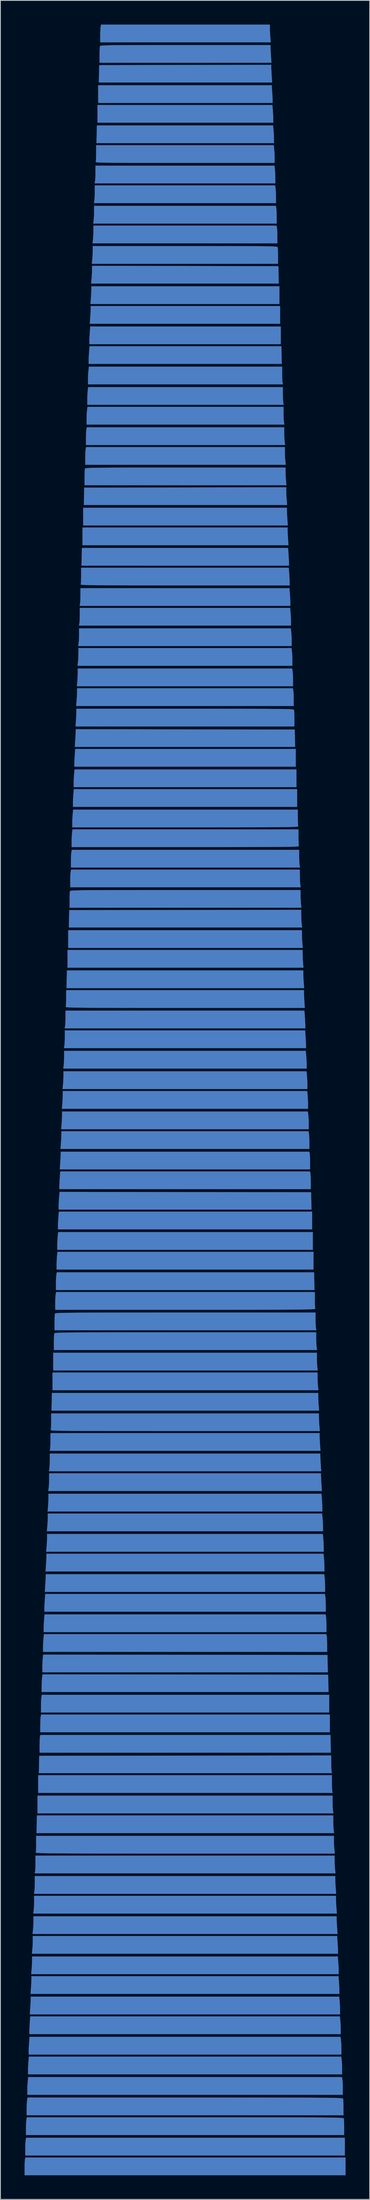
<source format=kicad_pcb>
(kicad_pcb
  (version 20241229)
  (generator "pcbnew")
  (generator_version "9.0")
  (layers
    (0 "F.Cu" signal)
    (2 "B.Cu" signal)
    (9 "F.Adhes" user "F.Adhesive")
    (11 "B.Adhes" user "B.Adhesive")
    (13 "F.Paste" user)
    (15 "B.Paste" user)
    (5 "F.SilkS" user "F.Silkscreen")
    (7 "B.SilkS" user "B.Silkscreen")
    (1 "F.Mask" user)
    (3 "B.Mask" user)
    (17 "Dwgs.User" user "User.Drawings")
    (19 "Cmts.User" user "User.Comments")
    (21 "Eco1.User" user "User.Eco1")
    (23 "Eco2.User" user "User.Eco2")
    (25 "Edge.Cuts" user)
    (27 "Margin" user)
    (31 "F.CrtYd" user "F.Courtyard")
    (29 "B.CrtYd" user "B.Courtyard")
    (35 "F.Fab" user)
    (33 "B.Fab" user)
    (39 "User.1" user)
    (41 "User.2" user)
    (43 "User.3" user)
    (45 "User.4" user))
  (footprint "electrode"
    (layer "B.Cu")
    (at 19.986 133.609)
    (property "Reference" "electrode" (at 0 0 0) (layer "B.Cu") (effects (font (size 1.524 1.524) (thickness 0.3))))
    (attr through_hole)
    (fp_poly (pts (xy 13.801 -38.862) (xy -13.885 -38.862) (xy -13.885 -39.315) (xy -13.878 -39.637) (xy -13.858 -40.038) (xy -13.831 -40.416) (xy -13.776 -41.063) (xy 13.801 -41.063) (xy 13.801 -38.862)) (stroke (width 0.01) (type solid)) (fill yes) (layer "B.Cu"))
    (fp_poly (pts (xy 13.885 -36.407) (xy -13.97 -36.407) (xy -13.969 -36.936) (xy -13.96 -37.324) (xy -13.937 -37.762) (xy -13.915 -38.036) (xy -13.861 -38.608) (xy 13.885 -38.608) (xy 13.885 -36.407)) (stroke (width 0.01) (type solid)) (fill yes) (layer "B.Cu"))
    (fp_poly (pts (xy 14.479 -20.553) (xy 14.488 -20.165) (xy 14.511 -19.726) (xy 14.533 -19.452) (xy 14.587 -18.881) (xy -14.563 -18.881) (xy -14.563 -21.082) (xy 14.478 -21.082) (xy 14.479 -20.553)) (stroke (width 0.01) (type solid)) (fill yes) (layer "B.Cu"))
    (fp_poly (pts (xy 14.563 -18.174) (xy 14.57 -17.852) (xy 14.59 -17.451) (xy 14.617 -17.073) (xy 14.672 -16.425) (xy -14.647 -16.425) (xy -14.647 -18.627) (xy 14.563 -18.627) (xy 14.563 -18.174)) (stroke (width 0.01) (type solid)) (fill yes) (layer "B.Cu"))
    (fp_poly (pts (xy 15.748 16.087) (xy -15.833 16.087) (xy -15.833 15.634) (xy -15.825 15.312) (xy -15.805 14.911) (xy -15.778 14.533) (xy -15.723 13.885) (xy 15.748 13.885) (xy 15.748 16.087)) (stroke (width 0.01) (type solid)) (fill yes) (layer "B.Cu"))
    (fp_poly (pts (xy 15.833 18.627) (xy -15.917 18.627) (xy -15.917 18.046) (xy -15.908 17.642) (xy -15.885 17.211) (xy -15.863 16.946) (xy -15.809 16.425) (xy 15.833 16.425) (xy 15.833 18.627)) (stroke (width 0.01) (type solid)) (fill yes) (layer "B.Cu"))
    (fp_poly (pts (xy 15.917 21.082) (xy -16.002 21.082) (xy -16.001 20.426) (xy -15.993 20.032) (xy -15.974 19.634) (xy -15.947 19.325) (xy -15.894 18.881) (xy 15.917 18.881) (xy 15.917 21.082)) (stroke (width 0.01) (type solid)) (fill yes) (layer "B.Cu"))
    (fp_poly (pts (xy 16.426 34.523) (xy 16.434 34.917) (xy 16.453 35.314) (xy 16.48 35.623) (xy 16.534 36.068) (xy -16.51 36.068) (xy -16.51 33.867) (xy 16.425 33.867) (xy 16.426 34.523)) (stroke (width 0.01) (type solid)) (fill yes) (layer "B.Cu"))
    (fp_poly (pts (xy -0.009 71.395) (xy 17.738 71.416) (xy 17.785 73.575) (xy -17.865 73.575) (xy -17.864 72.919) (xy -17.856 72.525) (xy -17.836 72.128) (xy -17.81 71.818) (xy -17.756 71.374) (xy -0.009 71.395)) (stroke (width 0.01) (type solid)) (fill yes) (layer "B.Cu"))
    (fp_poly (pts (xy 10.782 -125.294) (xy 10.807 -124.904) (xy 10.827 -124.539) (xy 10.837 -124.259) (xy 10.837 -124.193) (xy 10.837 -123.867) (xy -10.837 -123.867) (xy -10.837 -126.069) (xy 10.727 -126.069) (xy 10.782 -125.294)) (stroke (width 0.01) (type solid)) (fill yes) (layer "B.Cu"))
    (fp_poly (pts (xy 10.867 -122.915) (xy 10.893 -122.524) (xy 10.913 -122.141) (xy 10.921 -121.841) (xy 10.921 -121.814) (xy 10.922 -121.412) (xy -10.922 -121.412) (xy -10.922 -123.613) (xy 10.812 -123.613) (xy 10.867 -122.915)) (stroke (width 0.01) (type solid)) (fill yes) (layer "B.Cu"))
    (fp_poly (pts (xy 11.684 -98.891) (xy -11.794 -98.891) (xy -11.739 -99.666) (xy -11.714 -100.055) (xy -11.695 -100.421) (xy -11.685 -100.7) (xy -11.684 -100.766) (xy -11.684 -101.092) (xy 11.684 -101.092) (xy 11.684 -98.891)) (stroke (width 0.01) (type solid)) (fill yes) (layer "B.Cu"))
    (fp_poly (pts (xy 11.769 -96.435) (xy -11.879 -96.435) (xy -11.824 -97.21) (xy -11.799 -97.6) (xy -11.779 -97.965) (xy -11.769 -98.245) (xy -11.769 -98.311) (xy -11.769 -98.637) (xy 11.769 -98.637) (xy 11.769 -96.435)) (stroke (width 0.01) (type solid)) (fill yes) (layer "B.Cu"))
    (fp_poly (pts (xy 11.853 -93.895) (xy -11.938 -93.895) (xy -11.938 -94.221) (xy -11.932 -94.455) (xy -11.916 -94.797) (xy -11.892 -95.185) (xy -11.883 -95.322) (xy -11.828 -96.097) (xy 11.853 -96.097) (xy 11.853 -93.895)) (stroke (width 0.01) (type solid)) (fill yes) (layer "B.Cu"))
    (fp_poly (pts (xy 12.531 -75.663) (xy 12.538 -75.341) (xy 12.558 -74.939) (xy 12.585 -74.562) (xy 12.64 -73.914) (xy -12.62 -73.914) (xy -12.573 -76.073) (xy -0.021 -76.094) (xy 12.531 -76.116) (xy 12.531 -75.663)) (stroke (width 0.01) (type solid)) (fill yes) (layer "B.Cu"))
    (fp_poly (pts (xy 12.615 -73.25) (xy 12.621 -73.015) (xy 12.638 -72.673) (xy 12.661 -72.285) (xy 12.67 -72.149) (xy 12.725 -71.374) (xy -12.7 -71.374) (xy -12.7 -73.575) (xy 12.615 -73.575) (xy 12.615 -73.25)) (stroke (width 0.01) (type solid)) (fill yes) (layer "B.Cu"))
    (fp_poly (pts (xy 12.7 -70.794) (xy 12.706 -70.56) (xy 12.722 -70.218) (xy 12.746 -69.83) (xy 12.755 -69.694) (xy 12.81 -68.919) (xy -12.785 -68.919) (xy -12.785 -71.12) (xy 12.7 -71.12) (xy 12.7 -70.794)) (stroke (width 0.01) (type solid)) (fill yes) (layer "B.Cu"))
    (fp_poly (pts (xy 13.716 -41.402) (xy -13.801 -41.402) (xy -13.801 -41.728) (xy -13.795 -41.962) (xy -13.778 -42.304) (xy -13.755 -42.692) (xy -13.746 -42.828) (xy -13.691 -43.603) (xy 13.716 -43.603) (xy 13.716 -41.402)) (stroke (width 0.01) (type solid)) (fill yes) (layer "B.Cu"))
    (fp_poly (pts (xy 14.394 -22.966) (xy 14.402 -22.572) (xy 14.421 -22.175) (xy 14.448 -21.865) (xy 14.502 -21.421) (xy -14.483 -21.421) (xy -14.459 -22.5) (xy -14.436 -23.58) (xy 14.393 -23.622) (xy 14.394 -22.966)) (stroke (width 0.01) (type solid)) (fill yes) (layer "B.Cu"))
    (fp_poly (pts (xy 16.341 32.119) (xy 16.347 32.51) (xy 16.365 32.891) (xy 16.39 33.188) (xy 16.395 33.22) (xy 16.448 33.613) (xy -16.425 33.613) (xy -16.425 31.411) (xy 16.341 31.411) (xy 16.341 32.119)) (stroke (width 0.01) (type solid)) (fill yes) (layer "B.Cu"))
    (fp_poly (pts (xy 17.865 76.115) (xy -17.949 76.115) (xy -17.948 75.332) (xy -17.942 74.942) (xy -17.927 74.578) (xy -17.904 74.3) (xy -17.895 74.231) (xy -17.843 73.914) (xy 17.865 73.914) (xy 17.865 76.115)) (stroke (width 0.01) (type solid)) (fill yes) (layer "B.Cu"))
    (fp_poly (pts (xy 17.949 78.571) (xy -18.034 78.571) (xy -18.034 77.735) (xy -18.029 77.343) (xy -18.014 76.987) (xy -17.994 76.72) (xy -17.981 76.634) (xy -17.928 76.369) (xy 17.949 76.369) (xy 17.949 78.571)) (stroke (width 0.01) (type solid)) (fill yes) (layer "B.Cu"))
    (fp_poly (pts (xy 18.076 81.111) (xy -18.119 81.111) (xy -18.118 80.201) (xy -18.112 79.805) (xy -18.1 79.458) (xy -18.081 79.202) (xy -18.065 79.1) (xy -18.014 78.909) (xy 18.025 78.909) (xy 18.076 81.111)) (stroke (width 0.01) (type solid)) (fill yes) (layer "B.Cu"))
    (fp_poly (pts (xy 18.204 84.815) (xy 18.21 85.21) (xy 18.222 85.558) (xy 18.241 85.814) (xy 18.257 85.915) (xy 18.308 86.106) (xy -18.288 86.106) (xy -18.288 83.905) (xy 18.203 83.905) (xy 18.204 84.815)) (stroke (width 0.01) (type solid)) (fill yes) (layer "B.Cu"))
    (fp_poly (pts (xy 18.289 87.228) (xy 18.295 87.618) (xy 18.311 87.982) (xy 18.333 88.26) (xy 18.342 88.329) (xy 18.395 88.646) (xy -18.373 88.646) (xy -18.373 86.445) (xy 18.288 86.445) (xy 18.289 87.228)) (stroke (width 0.01) (type solid)) (fill yes) (layer "B.Cu"))
    (fp_poly (pts (xy 19.812 131.149) (xy -19.897 131.149) (xy -19.897 130.313) (xy -19.891 129.921) (xy -19.877 129.565) (xy -19.856 129.298) (xy -19.844 129.212) (xy -19.791 128.947) (xy 19.812 128.947) (xy 19.812 131.149)) (stroke (width 0.01) (type solid)) (fill yes) (layer "B.Cu"))
    (fp_poly (pts (xy 19.897 133.604) (xy -19.981 133.604) (xy -19.98 132.694) (xy -19.975 132.299) (xy -19.962 131.951) (xy -19.944 131.695) (xy -19.928 131.593) (xy -19.877 131.403) (xy 19.897 131.403) (xy 19.897 133.604)) (stroke (width 0.01) (type solid)) (fill yes) (layer "B.Cu"))
    (fp_poly (pts (xy -0.021 -103.611) (xy 11.557 -103.59) (xy 11.581 -102.51) (xy 11.604 -101.431) (xy -11.709 -101.431) (xy -11.654 -102.078) (xy -11.626 -102.472) (xy -11.606 -102.872) (xy -11.599 -103.179) (xy -11.599 -103.633) (xy -0.021 -103.611)) (stroke (width 0.01) (type solid)) (fill yes) (layer "B.Cu"))
    (fp_poly (pts (xy -0.009 68.94) (xy 17.653 68.961) (xy 17.677 70.04) (xy 17.7 71.12) (xy -17.78 71.12) (xy -17.78 70.54) (xy -17.771 70.136) (xy -17.748 69.704) (xy -17.726 69.439) (xy -17.671 68.918) (xy -0.009 68.94)) (stroke (width 0.01) (type solid)) (fill yes) (layer "B.Cu"))
    (fp_poly (pts (xy -0.009 11.451) (xy 15.621 11.472) (xy 15.645 12.552) (xy 15.668 13.631) (xy -15.748 13.631) (xy -15.748 13.178) (xy -15.74 12.857) (xy -15.72 12.455) (xy -15.693 12.078) (xy -15.638 11.43) (xy -0.009 11.451)) (stroke (width 0.01) (type solid)) (fill yes) (layer "B.Cu"))
    (fp_poly (pts (xy 10.951 -120.502) (xy 10.981 -120.098) (xy 11.001 -119.662) (xy 11.006 -119.401) (xy 11.007 -118.872) (xy -0.021 -118.872) (xy -11.049 -118.872) (xy -11.023 -119.973) (xy -10.997 -121.073) (xy 10.898 -121.073) (xy 10.951 -120.502)) (stroke (width 0.01) (type solid)) (fill yes) (layer "B.Cu"))
    (fp_poly (pts (xy 11.954 -92.541) (xy 11.98 -91.44) (xy -12.023 -91.44) (xy -12.022 -91.842) (xy -12.015 -92.126) (xy -11.997 -92.503) (xy -11.971 -92.897) (xy -11.967 -92.943) (xy -11.913 -93.641) (xy 11.929 -93.641) (xy 11.954 -92.541)) (stroke (width 0.01) (type solid)) (fill yes) (layer "B.Cu"))
    (fp_poly (pts (xy 16.018 22.521) (xy 16.044 23.622) (xy -16.087 23.622) (xy -16.086 22.839) (xy -16.08 22.449) (xy -16.064 22.084) (xy -16.042 21.807) (xy -16.032 21.738) (xy -15.98 21.421) (xy 15.993 21.421) (xy 16.018 22.521)) (stroke (width 0.01) (type solid)) (fill yes) (layer "B.Cu"))
    (fp_poly (pts (xy 16.511 36.936) (xy 16.52 37.324) (xy 16.543 37.762) (xy 16.565 38.036) (xy 16.619 38.608) (xy -0.009 38.608) (xy -16.637 38.608) (xy -16.611 37.507) (xy -16.585 36.407) (xy 16.51 36.407) (xy 16.511 36.936)) (stroke (width 0.01) (type solid)) (fill yes) (layer "B.Cu"))
    (fp_poly (pts (xy 18.12 82.359) (xy 18.125 82.754) (xy 18.138 83.102) (xy 18.156 83.358) (xy 18.172 83.46) (xy 18.223 83.651) (xy -18.208 83.651) (xy -18.161 81.492) (xy -0.021 81.47) (xy 18.119 81.449) (xy 18.12 82.359)) (stroke (width 0.01) (type solid)) (fill yes) (layer "B.Cu"))
    (fp_poly (pts (xy -0.021 -46.038) (xy 13.589 -46.016) (xy 13.613 -44.937) (xy 13.636 -43.857) (xy -13.742 -43.857) (xy -13.687 -44.683) (xy -13.663 -45.074) (xy -13.644 -45.431) (xy -13.633 -45.7) (xy -13.632 -45.784) (xy -13.631 -46.059) (xy -0.021 -46.038)) (stroke (width 0.01) (type solid)) (fill yes) (layer "B.Cu"))
    (fp_poly (pts (xy 10.668 -128.334) (xy 10.674 -128.128) (xy 10.689 -127.808) (xy 10.711 -127.427) (xy 10.724 -127.233) (xy 10.778 -126.407) (xy -10.758 -126.407) (xy -10.734 -127.487) (xy -10.71 -128.566) (xy -0.021 -128.588) (xy 10.668 -128.609) (xy 10.668 -128.334)) (stroke (width 0.01) (type solid)) (fill yes) (layer "B.Cu"))
    (fp_poly (pts (xy 12.814 -67.805) (xy 12.839 -67.415) (xy 12.859 -67.05) (xy 12.869 -66.771) (xy 12.869 -66.704) (xy 12.869 -66.379) (xy -0.021 -66.379) (xy -12.912 -66.378) (xy -12.886 -67.479) (xy -12.86 -68.58) (xy 12.759 -68.58) (xy 12.814 -67.805)) (stroke (width 0.01) (type solid)) (fill yes) (layer "B.Cu"))
    (fp_poly (pts (xy 14.648 -15.684) (xy 14.655 -15.4) (xy 14.673 -15.023) (xy 14.699 -14.63) (xy 14.703 -14.584) (xy 14.757 -13.885) (xy -0.009 -13.885) (xy -14.774 -13.885) (xy -14.748 -14.986) (xy -14.723 -16.087) (xy 14.647 -16.087) (xy 14.648 -15.684)) (stroke (width 0.01) (type solid)) (fill yes) (layer "B.Cu"))
    (fp_poly (pts (xy 18.373 89.608) (xy 18.379 89.999) (xy 18.397 90.38) (xy 18.422 90.677) (xy 18.427 90.709) (xy 18.48 91.101) (xy -0.01 91.101) (xy -18.5 91.102) (xy -18.474 90.001) (xy -18.448 88.9) (xy 18.373 88.9) (xy 18.373 89.608)) (stroke (width 0.01) (type solid)) (fill yes) (layer "B.Cu"))
    (fp_poly (pts (xy 15.101 -3.036) (xy 15.131 -2.655) (xy 15.151 -2.219) (xy 15.155 -1.935) (xy 15.155 -1.355) (xy -15.264 -1.355) (xy -15.21 -1.875) (xy -15.18 -2.256) (xy -15.16 -2.692) (xy -15.155 -2.976) (xy -15.155 -3.556) (xy 15.047 -3.556) (xy 15.101 -3.036)) (stroke (width 0.01) (type solid)) (fill yes) (layer "B.Cu"))
    (fp_poly (pts (xy 15.186 -0.58) (xy 15.215 -0.199) (xy 15.235 0.236) (xy 15.24 0.52) (xy 15.24 1.101) (xy -15.349 1.101) (xy -15.295 0.529) (xy -15.265 0.125) (xy -15.245 -0.311) (xy -15.241 -0.572) (xy -15.24 -1.101) (xy 15.131 -1.101) (xy 15.186 -0.58)) (stroke (width 0.01) (type solid)) (fill yes) (layer "B.Cu"))
    (fp_poly (pts (xy 17.048 52.04) (xy 17.076 52.434) (xy 17.096 52.834) (xy 17.103 53.141) (xy 17.103 53.594) (xy -17.212 53.594) (xy -17.158 53.023) (xy -17.128 52.618) (xy -17.108 52.183) (xy -17.103 51.922) (xy -17.103 51.393) (xy 16.993 51.393) (xy 17.048 52.04)) (stroke (width 0.01) (type solid)) (fill yes) (layer "B.Cu"))
    (fp_poly (pts (xy 17.132 54.504) (xy 17.162 54.908) (xy 17.182 55.344) (xy 17.187 55.605) (xy 17.187 56.134) (xy -17.297 56.134) (xy -17.242 55.486) (xy -17.214 55.093) (xy -17.194 54.693) (xy -17.187 54.386) (xy -17.187 53.933) (xy 17.078 53.933) (xy 17.132 54.504)) (stroke (width 0.01) (type solid)) (fill yes) (layer "B.Cu"))
    (fp_poly (pts (xy 10.499 -133.151) (xy 10.506 -132.829) (xy 10.526 -132.428) (xy 10.553 -132.05) (xy 10.608 -131.403) (xy -10.583 -131.403) (xy -10.583 -132.239) (xy -10.578 -132.63) (xy -10.564 -132.986) (xy -10.543 -133.253) (xy -10.53 -133.339) (xy -10.477 -133.604) (xy 10.499 -133.604) (xy 10.499 -133.151)) (stroke (width 0.01) (type solid)) (fill yes) (layer "B.Cu"))
    (fp_poly (pts (xy 11.121 -115.633) (xy 11.148 -115.317) (xy 11.168 -114.919) (xy 11.175 -114.533) (xy 11.176 -113.877) (xy -11.282 -113.877) (xy -11.229 -114.141) (xy -11.206 -114.341) (xy -11.188 -114.657) (xy -11.178 -115.037) (xy -11.176 -115.242) (xy -11.176 -116.078) (xy 11.068 -116.078) (xy 11.121 -115.633)) (stroke (width 0.01) (type solid)) (fill yes) (layer "B.Cu"))
    (fp_poly (pts (xy 11.377 -108.363) (xy 11.4 -108.163) (xy 11.418 -107.847) (xy 11.428 -107.467) (xy 11.43 -107.262) (xy 11.43 -106.426) (xy -11.538 -106.426) (xy -11.485 -106.871) (xy -11.458 -107.187) (xy -11.438 -107.585) (xy -11.431 -107.971) (xy -11.43 -108.627) (xy 11.324 -108.627) (xy 11.377 -108.363)) (stroke (width 0.01) (type solid)) (fill yes) (layer "B.Cu"))
    (fp_poly (pts (xy 12.024 -90.191) (xy 12.029 -89.796) (xy 12.042 -89.448) (xy 12.06 -89.192) (xy 12.076 -89.091) (xy 12.127 -88.9) (xy -12.107 -88.9) (xy -12.107 -89.429) (xy -12.097 -89.817) (xy -12.074 -90.256) (xy -12.052 -90.53) (xy -11.998 -91.101) (xy 12.023 -91.101) (xy 12.024 -90.191)) (stroke (width 0.01) (type solid)) (fill yes) (layer "B.Cu"))
    (fp_poly (pts (xy 12.108 -87.778) (xy 12.114 -87.388) (xy 12.13 -87.024) (xy 12.152 -86.746) (xy 12.162 -86.677) (xy 12.214 -86.36) (xy -12.192 -86.36) (xy -12.191 -87.016) (xy -12.183 -87.41) (xy -12.164 -87.808) (xy -12.137 -88.117) (xy -12.084 -88.561) (xy 12.107 -88.561) (xy 12.108 -87.778)) (stroke (width 0.01) (type solid)) (fill yes) (layer "B.Cu"))
    (fp_poly (pts (xy 12.193 -85.323) (xy 12.199 -84.933) (xy 12.215 -84.568) (xy 12.237 -84.291) (xy 12.246 -84.222) (xy 12.299 -83.905) (xy -12.277 -83.905) (xy -12.276 -84.561) (xy -12.268 -84.955) (xy -12.248 -85.352) (xy -12.222 -85.662) (xy -12.168 -86.106) (xy 12.192 -86.106) (xy 12.193 -85.323)) (stroke (width 0.01) (type solid)) (fill yes) (layer "B.Cu"))
    (fp_poly (pts (xy 12.277 -82.91) (xy 12.285 -82.516) (xy 12.305 -82.118) (xy 12.332 -81.809) (xy 12.385 -81.365) (xy -12.361 -81.365) (xy -12.36 -82.148) (xy -12.354 -82.538) (xy -12.339 -82.902) (xy -12.316 -83.18) (xy -12.307 -83.249) (xy -12.255 -83.566) (xy 12.277 -83.566) (xy 12.277 -82.91)) (stroke (width 0.01) (type solid)) (fill yes) (layer "B.Cu"))
    (fp_poly (pts (xy 12.361 -80.53) (xy 12.37 -80.126) (xy 12.393 -79.695) (xy 12.416 -79.43) (xy 12.47 -78.909) (xy -12.446 -78.909) (xy -12.446 -79.745) (xy -12.441 -80.137) (xy -12.426 -80.493) (xy -12.406 -80.76) (xy -12.393 -80.846) (xy -12.34 -81.111) (xy 12.361 -81.111) (xy 12.361 -80.53)) (stroke (width 0.01) (type solid)) (fill yes) (layer "B.Cu"))
    (fp_poly (pts (xy 12.984 -62.937) (xy 13.012 -62.543) (xy 13.032 -62.143) (xy 13.039 -61.836) (xy 13.039 -61.383) (xy -13.145 -61.383) (xy -13.092 -61.648) (xy -13.068 -61.848) (xy -13.051 -62.164) (xy -13.04 -62.543) (xy -13.039 -62.749) (xy -13.039 -63.585) (xy 12.929 -63.585) (xy 12.984 -62.937)) (stroke (width 0.01) (type solid)) (fill yes) (layer "B.Cu"))
    (fp_poly (pts (xy 13.068 -60.558) (xy 13.098 -60.154) (xy 13.118 -59.718) (xy 13.123 -59.457) (xy 13.123 -58.928) (xy -13.229 -58.928) (xy -13.176 -59.193) (xy -13.153 -59.392) (xy -13.135 -59.709) (xy -13.125 -60.088) (xy -13.123 -60.293) (xy -13.123 -61.129) (xy 13.014 -61.129) (xy 13.068 -60.558)) (stroke (width 0.01) (type solid)) (fill yes) (layer "B.Cu"))
    (fp_poly (pts (xy 13.153 -58.145) (xy 13.18 -57.829) (xy 13.2 -57.431) (xy 13.207 -57.044) (xy 13.208 -56.388) (xy -13.316 -56.388) (xy -13.262 -56.781) (xy -13.236 -57.059) (xy -13.217 -57.432) (xy -13.208 -57.827) (xy -13.208 -57.881) (xy -13.208 -58.589) (xy 13.1 -58.589) (xy 13.153 -58.145)) (stroke (width 0.01) (type solid)) (fill yes) (layer "B.Cu"))
    (fp_poly (pts (xy 13.239 -55.741) (xy 13.265 -55.463) (xy 13.284 -55.09) (xy 13.293 -54.695) (xy 13.293 -54.641) (xy 13.293 -53.933) (xy -13.401 -53.933) (xy -13.348 -54.377) (xy -13.32 -54.693) (xy -13.301 -55.091) (xy -13.293 -55.478) (xy -13.293 -56.134) (xy 13.185 -56.134) (xy 13.239 -55.741)) (stroke (width 0.01) (type solid)) (fill yes) (layer "B.Cu"))
    (fp_poly (pts (xy 13.323 -53.276) (xy 13.347 -53.046) (xy 13.365 -52.708) (xy 13.375 -52.32) (xy 13.376 -52.176) (xy 13.377 -51.393) (xy -13.486 -51.393) (xy -13.433 -51.964) (xy -13.403 -52.368) (xy -13.383 -52.804) (xy -13.378 -53.065) (xy -13.377 -53.594) (xy 13.271 -53.594) (xy 13.323 -53.276)) (stroke (width 0.01) (type solid)) (fill yes) (layer "B.Cu"))
    (fp_poly (pts (xy 13.409 -50.874) (xy 13.432 -50.674) (xy 13.45 -50.358) (xy 13.46 -49.979) (xy 13.462 -49.773) (xy 13.462 -48.937) (xy -13.572 -48.937) (xy -13.517 -49.585) (xy -13.489 -49.979) (xy -13.469 -50.379) (xy -13.462 -50.686) (xy -13.462 -51.139) (xy 13.356 -51.139) (xy 13.409 -50.874)) (stroke (width 0.01) (type solid)) (fill yes) (layer "B.Cu"))
    (fp_poly (pts (xy 15.016 -5.448) (xy 15.044 -5.055) (xy 15.064 -4.655) (xy 15.071 -4.348) (xy 15.071 -3.895) (xy -15.178 -3.895) (xy -15.125 -4.287) (xy -15.099 -4.566) (xy -15.079 -4.939) (xy -15.071 -5.333) (xy -15.071 -5.388) (xy -15.071 -6.096) (xy 14.961 -6.096) (xy 15.016 -5.448)) (stroke (width 0.01) (type solid)) (fill yes) (layer "B.Cu"))
    (fp_poly (pts (xy 16.963 49.636) (xy 16.989 50.026) (xy 17.009 50.41) (xy 17.017 50.709) (xy 17.017 50.736) (xy 17.018 51.139) (xy -17.127 51.139) (xy -17.072 50.618) (xy -17.043 50.237) (xy -17.023 49.802) (xy -17.018 49.518) (xy -17.018 48.937) (xy 16.908 48.937) (xy 16.963 49.636)) (stroke (width 0.01) (type solid)) (fill yes) (layer "B.Cu"))
    (fp_poly (pts (xy 17.218 56.908) (xy 17.247 57.289) (xy 17.267 57.725) (xy 17.272 58.009) (xy 17.272 58.589) (xy -17.382 58.589) (xy -17.327 57.891) (xy -17.301 57.5) (xy -17.281 57.117) (xy -17.273 56.817) (xy -17.273 56.79) (xy -17.272 56.388) (xy 17.163 56.388) (xy 17.218 56.908)) (stroke (width 0.01) (type solid)) (fill yes) (layer "B.Cu"))
    (fp_poly (pts (xy 17.473 64.188) (xy 17.496 64.388) (xy 17.514 64.704) (xy 17.524 65.083) (xy 17.526 65.289) (xy 17.526 66.125) (xy -17.611 66.125) (xy -17.611 65.672) (xy -17.603 65.35) (xy -17.583 64.949) (xy -17.556 64.571) (xy -17.501 63.923) (xy 17.42 63.923) (xy 17.473 64.188)) (stroke (width 0.01) (type solid)) (fill yes) (layer "B.Cu"))
    (fp_poly (pts (xy 17.557 66.569) (xy 17.579 66.731) (xy 17.596 67.017) (xy 17.607 67.383) (xy 17.61 67.67) (xy 17.611 68.58) (xy -17.695 68.58) (xy -17.695 68.127) (xy -17.688 67.805) (xy -17.668 67.404) (xy -17.641 67.026) (xy -17.586 66.379) (xy 17.506 66.379) (xy 17.557 66.569)) (stroke (width 0.01) (type solid)) (fill yes) (layer "B.Cu"))
    (fp_poly (pts (xy 18.542 94.476) (xy 18.551 94.88) (xy 18.574 95.311) (xy 18.596 95.576) (xy 18.651 96.097) (xy -18.731 96.097) (xy -18.68 95.906) (xy -18.659 95.744) (xy -18.642 95.458) (xy -18.631 95.093) (xy -18.628 94.805) (xy -18.627 93.895) (xy 18.542 93.895) (xy 18.542 94.476)) (stroke (width 0.01) (type solid)) (fill yes) (layer "B.Cu"))
    (fp_poly (pts (xy 18.627 96.888) (xy 18.634 97.21) (xy 18.654 97.611) (xy 18.681 97.989) (xy 18.736 98.637) (xy -18.818 98.637) (xy -18.766 98.319) (xy -18.742 98.089) (xy -18.723 97.75) (xy -18.713 97.363) (xy -18.712 97.219) (xy -18.711 96.435) (xy 18.627 96.435) (xy 18.627 96.888)) (stroke (width 0.01) (type solid)) (fill yes) (layer "B.Cu"))
    (fp_poly (pts (xy 18.796 101.756) (xy 18.802 101.991) (xy 18.818 102.333) (xy 18.842 102.721) (xy 18.851 102.857) (xy 18.906 103.632) (xy -18.989 103.632) (xy -18.935 103.112) (xy -18.905 102.731) (xy -18.885 102.295) (xy -18.881 102.011) (xy -18.881 101.431) (xy 18.796 101.431) (xy 18.796 101.756)) (stroke (width 0.01) (type solid)) (fill yes) (layer "B.Cu"))
    (fp_poly (pts (xy 18.91 104.712) (xy 18.934 105.102) (xy 18.953 105.459) (xy 18.963 105.728) (xy 18.965 105.812) (xy 18.965 106.087) (xy -19.074 106.087) (xy -19.02 105.567) (xy -18.99 105.186) (xy -18.97 104.75) (xy -18.965 104.466) (xy -18.965 103.886) (xy 18.855 103.886) (xy 18.91 104.712)) (stroke (width 0.01) (type solid)) (fill yes) (layer "B.Cu"))
    (fp_poly (pts (xy 18.995 107.124) (xy 19.021 107.515) (xy 19.041 107.898) (xy 19.049 108.198) (xy 19.049 108.225) (xy 19.05 108.627) (xy -19.16 108.627) (xy -19.105 107.98) (xy -19.077 107.586) (xy -19.057 107.186) (xy -19.05 106.879) (xy -19.05 106.426) (xy 18.94 106.426) (xy 18.995 107.124)) (stroke (width 0.01) (type solid)) (fill yes) (layer "B.Cu"))
    (fp_poly (pts (xy 19.164 111.993) (xy 19.194 112.397) (xy 19.214 112.833) (xy 19.219 113.094) (xy 19.219 113.623) (xy -19.33 113.623) (xy -19.275 112.797) (xy -19.251 112.406) (xy -19.232 112.049) (xy -19.221 111.78) (xy -19.22 111.697) (xy -19.219 111.421) (xy 19.11 111.421) (xy 19.164 111.993)) (stroke (width 0.01) (type solid)) (fill yes) (layer "B.Cu"))
    (fp_poly (pts (xy 19.25 114.397) (xy 19.279 114.778) (xy 19.299 115.214) (xy 19.304 115.498) (xy 19.304 116.078) (xy -19.389 116.078) (xy -19.389 115.752) (xy -19.383 115.518) (xy -19.366 115.176) (xy -19.343 114.788) (xy -19.334 114.652) (xy -19.279 113.877) (xy 19.195 113.877) (xy 19.25 114.397)) (stroke (width 0.01) (type solid)) (fill yes) (layer "B.Cu"))
    (fp_poly (pts (xy 19.334 116.861) (xy 19.361 117.177) (xy 19.38 117.575) (xy 19.388 117.962) (xy 19.389 118.618) (xy -19.473 118.618) (xy -19.473 118.216) (xy -19.466 117.932) (xy -19.447 117.555) (xy -19.421 117.161) (xy -19.418 117.115) (xy -19.364 116.417) (xy 19.28 116.417) (xy 19.334 116.861)) (stroke (width 0.01) (type solid)) (fill yes) (layer "B.Cu"))
    (fp_poly (pts (xy 19.419 119.265) (xy 19.445 119.543) (xy 19.465 119.916) (xy 19.473 120.311) (xy 19.473 120.365) (xy 19.473 121.073) (xy -19.558 121.073) (xy -19.558 120.62) (xy -19.55 120.299) (xy -19.53 119.897) (xy -19.503 119.52) (xy -19.448 118.872) (xy 19.366 118.872) (xy 19.419 119.265)) (stroke (width 0.01) (type solid)) (fill yes) (layer "B.Cu"))
    (fp_poly (pts (xy 19.505 121.677) (xy 19.528 121.876) (xy 19.546 122.193) (xy 19.556 122.572) (xy 19.558 122.777) (xy 19.558 123.613) (xy -19.643 123.613) (xy -19.643 123.033) (xy -19.634 122.629) (xy -19.611 122.197) (xy -19.588 121.932) (xy -19.534 121.412) (xy 19.452 121.412) (xy 19.505 121.677)) (stroke (width 0.01) (type solid)) (fill yes) (layer "B.Cu"))
    (fp_poly (pts (xy 11.207 -113.23) (xy 11.233 -112.952) (xy 11.252 -112.578) (xy 11.261 -112.184) (xy 11.261 -112.129) (xy 11.261 -111.421) (xy -11.367 -111.421) (xy -11.315 -111.739) (xy -11.291 -111.969) (xy -11.273 -112.308) (xy -11.263 -112.695) (xy -11.262 -112.84) (xy -11.261 -113.623) (xy 11.153 -113.623) (xy 11.207 -113.23)) (stroke (width 0.01) (type solid)) (fill yes) (layer "B.Cu"))
    (fp_poly (pts (xy 11.292 -110.818) (xy 11.316 -110.618) (xy 11.333 -110.302) (xy 11.344 -109.923) (xy 11.345 -109.717) (xy 11.345 -108.881) (xy -11.453 -108.881) (xy -11.399 -109.274) (xy -11.373 -109.552) (xy -11.354 -109.926) (xy -11.345 -110.32) (xy -11.345 -110.375) (xy -11.345 -111.083) (xy 11.239 -111.083) (xy 11.292 -110.818)) (stroke (width 0.01) (type solid)) (fill yes) (layer "B.Cu"))
    (fp_poly (pts (xy 14.139 -30.237) (xy 14.145 -29.845) (xy 14.159 -29.489) (xy 14.18 -29.222) (xy 14.192 -29.136) (xy 14.245 -28.871) (xy -14.224 -28.871) (xy -14.223 -29.654) (xy -14.217 -30.045) (xy -14.201 -30.409) (xy -14.179 -30.686) (xy -14.17 -30.755) (xy -14.117 -31.073) (xy 14.139 -31.073) (xy 14.139 -30.237)) (stroke (width 0.01) (type solid)) (fill yes) (layer "B.Cu"))
    (fp_poly (pts (xy 14.225 -27.834) (xy 14.231 -27.444) (xy 14.247 -27.08) (xy 14.269 -26.802) (xy 14.278 -26.733) (xy 14.331 -26.416) (xy -14.309 -26.416) (xy -14.309 -27.252) (xy -14.303 -27.644) (xy -14.289 -27.999) (xy -14.268 -28.266) (xy -14.256 -28.353) (xy -14.203 -28.617) (xy 14.224 -28.617) (xy 14.225 -27.834)) (stroke (width 0.01) (type solid)) (fill yes) (layer "B.Cu"))
    (fp_poly (pts (xy 14.846 -10.316) (xy 14.871 -9.927) (xy 14.891 -9.561) (xy 14.901 -9.282) (xy 14.901 -9.216) (xy 14.901 -8.89) (xy -15.006 -8.89) (xy -14.955 -9.081) (xy -14.933 -9.242) (xy -14.916 -9.528) (xy -14.905 -9.894) (xy -14.902 -10.181) (xy -14.901 -11.091) (xy 14.791 -11.091) (xy 14.846 -10.316)) (stroke (width 0.01) (type solid)) (fill yes) (layer "B.Cu"))
    (fp_poly (pts (xy 14.931 -7.861) (xy 14.956 -7.471) (xy 14.975 -7.106) (xy 14.985 -6.827) (xy 14.986 -6.76) (xy 14.986 -6.435) (xy -15.092 -6.435) (xy -15.039 -6.699) (xy -15.016 -6.899) (xy -14.998 -7.215) (xy -14.988 -7.595) (xy -14.986 -7.8) (xy -14.986 -8.636) (xy 14.876 -8.636) (xy 14.931 -7.861)) (stroke (width 0.01) (type solid)) (fill yes) (layer "B.Cu"))
    (fp_poly (pts (xy 15.271 1.832) (xy 15.297 2.11) (xy 15.316 2.484) (xy 15.325 2.878) (xy 15.325 2.933) (xy 15.325 3.641) (xy -15.434 3.641) (xy -15.38 2.942) (xy -15.354 2.552) (xy -15.334 2.168) (xy -15.325 1.869) (xy -15.325 1.841) (xy -15.325 1.439) (xy 15.217 1.439) (xy 15.271 1.832)) (stroke (width 0.01) (type solid)) (fill yes) (layer "B.Cu"))
    (fp_poly (pts (xy 15.355 4.212) (xy 15.379 4.442) (xy 15.397 4.781) (xy 15.407 5.169) (xy 15.408 5.313) (xy 15.409 6.096) (xy -15.519 6.096) (xy -15.465 5.397) (xy -15.438 5.007) (xy -15.419 4.624) (xy -15.41 4.324) (xy -15.41 4.297) (xy -15.409 3.895) (xy 15.303 3.895) (xy 15.355 4.212)) (stroke (width 0.01) (type solid)) (fill yes) (layer "B.Cu"))
    (fp_poly (pts (xy 15.441 6.625) (xy 15.462 6.787) (xy 15.479 7.073) (xy 15.49 7.439) (xy 15.493 7.726) (xy 15.494 8.636) (xy -15.604 8.636) (xy -15.55 7.811) (xy -15.525 7.42) (xy -15.507 7.063) (xy -15.496 6.794) (xy -15.494 6.71) (xy -15.494 6.435) (xy 15.39 6.435) (xy 15.441 6.625)) (stroke (width 0.01) (type solid)) (fill yes) (layer "B.Cu"))
    (fp_poly (pts (xy 15.525 9.081) (xy 15.547 9.242) (xy 15.564 9.528) (xy 15.575 9.894) (xy 15.578 10.181) (xy 15.579 11.091) (xy -15.663 11.091) (xy -15.663 10.766) (xy -15.657 10.531) (xy -15.641 10.189) (xy -15.618 9.801) (xy -15.608 9.665) (xy -15.553 8.89) (xy 15.474 8.89) (xy 15.525 9.081)) (stroke (width 0.01) (type solid)) (fill yes) (layer "B.Cu"))
    (fp_poly (pts (xy 16.68 41.804) (xy 16.687 42.088) (xy 16.705 42.465) (xy 16.731 42.859) (xy 16.735 42.905) (xy 16.789 43.603) (xy -16.868 43.603) (xy -16.817 43.413) (xy -16.796 43.251) (xy -16.779 42.965) (xy -16.768 42.599) (xy -16.765 42.312) (xy -16.764 41.402) (xy 16.679 41.402) (xy 16.68 41.804)) (stroke (width 0.01) (type solid)) (fill yes) (layer "B.Cu"))
    (fp_poly (pts (xy 16.764 44.217) (xy 16.77 44.422) (xy 16.785 44.743) (xy 16.807 45.123) (xy 16.82 45.318) (xy 16.874 46.143) (xy -16.955 46.143) (xy -16.903 45.826) (xy -16.879 45.596) (xy -16.861 45.257) (xy -16.851 44.869) (xy -16.85 44.725) (xy -16.849 43.942) (xy 16.764 43.942) (xy 16.764 44.217)) (stroke (width 0.01) (type solid)) (fill yes) (layer "B.Cu"))
    (fp_poly (pts (xy 16.849 46.672) (xy 16.855 46.878) (xy 16.87 47.198) (xy 16.892 47.579) (xy 16.904 47.773) (xy 16.959 48.599) (xy -17.041 48.599) (xy -16.987 48.206) (xy -16.961 47.928) (xy -16.942 47.554) (xy -16.933 47.16) (xy -16.933 47.105) (xy -16.933 46.397) (xy 16.849 46.397) (xy 16.849 46.672)) (stroke (width 0.01) (type solid)) (fill yes) (layer "B.Cu"))
    (fp_poly (pts (xy 17.303 59.321) (xy 17.329 59.599) (xy 17.348 59.972) (xy 17.357 60.367) (xy 17.357 60.421) (xy 17.357 61.129) (xy -17.467 61.129) (xy -17.412 60.304) (xy -17.388 59.913) (xy -17.369 59.556) (xy -17.359 59.287) (xy -17.357 59.203) (xy -17.357 58.928) (xy 17.249 58.928) (xy 17.303 59.321)) (stroke (width 0.01) (type solid)) (fill yes) (layer "B.Cu"))
    (fp_poly (pts (xy 17.387 61.701) (xy 17.411 61.931) (xy 17.429 62.27) (xy 17.439 62.657) (xy 17.44 62.801) (xy 17.441 63.585) (xy -17.526 63.585) (xy -17.526 63.259) (xy -17.52 63.025) (xy -17.504 62.683) (xy -17.48 62.295) (xy -17.471 62.158) (xy -17.416 61.383) (xy 17.335 61.383) (xy 17.387 61.701)) (stroke (width 0.01) (type solid)) (fill yes) (layer "B.Cu"))
    (fp_poly (pts (xy 18.712 99.293) (xy 18.719 99.577) (xy 18.737 99.954) (xy 18.763 100.348) (xy 18.767 100.394) (xy 18.821 101.092) (xy -18.904 101.092) (xy -18.85 100.699) (xy -18.824 100.421) (xy -18.805 100.048) (xy -18.796 99.653) (xy -18.796 99.599) (xy -18.796 98.891) (xy 18.711 98.891) (xy 18.712 99.293)) (stroke (width 0.01) (type solid)) (fill yes) (layer "B.Cu"))
    (fp_poly (pts (xy 19.079 109.58) (xy 19.106 109.97) (xy 19.125 110.354) (xy 19.134 110.653) (xy 19.134 110.68) (xy 19.135 111.083) (xy -19.244 111.083) (xy -19.19 110.384) (xy -19.164 109.994) (xy -19.144 109.61) (xy -19.135 109.311) (xy -19.135 109.284) (xy -19.135 108.881) (xy 19.025 108.881) (xy 19.079 109.58)) (stroke (width 0.01) (type solid)) (fill yes) (layer "B.Cu"))
    (fp_poly (pts (xy 11.037 -118.098) (xy 11.067 -117.717) (xy 11.087 -117.281) (xy 11.091 -116.997) (xy 11.091 -116.417) (xy -0.051 -116.417) (xy -1.659 -116.417) (xy -3.105 -116.417) (xy -4.398 -116.418) (xy -5.547 -116.42) (xy -6.56 -116.422) (xy -7.446 -116.424) (xy -8.212 -116.428) (xy -8.867 -116.433) (xy -9.419 -116.438) (xy -9.877 -116.445) (xy -10.249 -116.453) (xy -10.543 -116.462) (xy -10.768 -116.473) (xy -10.932 -116.485) (xy -11.043 -116.499) (xy -11.109 -116.514) (xy -11.14 -116.532) (xy -11.143 -116.551) (xy -11.122 -116.686) (xy -11.105 -116.95) (xy -11.095 -117.304) (xy -11.091 -117.651) (xy -11.091 -118.618) (xy 10.983 -118.618) (xy 11.037 -118.098)) (stroke (width 0.01) (type solid)) (fill yes) (layer "B.Cu"))
    (fp_poly (pts (xy 1.582 -106.087) (xy 3.054 -106.087) (xy 4.373 -106.086) (xy 5.547 -106.084) (xy 6.586 -106.082) (xy 7.497 -106.08) (xy 8.287 -106.076) (xy 8.967 -106.072) (xy 9.544 -106.066) (xy 10.025 -106.06) (xy 10.421 -106.052) (xy 10.738 -106.043) (xy 10.985 -106.032) (xy 11.171 -106.021) (xy 11.303 -106.007) (xy 11.39 -105.992) (xy 11.44 -105.975) (xy 11.462 -105.956) (xy 11.463 -105.953) (xy 11.484 -105.818) (xy 11.501 -105.554) (xy 11.511 -105.2) (xy 11.515 -104.853) (xy 11.515 -103.886) (xy -11.624 -103.886) (xy -11.57 -104.457) (xy -11.54 -104.862) (xy -11.52 -105.297) (xy -11.515 -105.558) (xy -11.515 -106.087) (xy -0.051 -106.087) (xy 1.582 -106.087)) (stroke (width 0.01) (type solid)) (fill yes) (layer "B.Cu"))
    (fp_poly (pts (xy 10.583 -130.738) (xy 10.589 -130.504) (xy 10.606 -130.162) (xy 10.629 -129.774) (xy 10.638 -129.638) (xy 10.693 -128.863) (xy -10.668 -128.863) (xy -10.668 -129.829) (xy -10.664 -130.228) (xy -10.652 -130.572) (xy -10.635 -130.822) (xy -10.617 -130.93) (xy -10.598 -130.95) (xy -10.551 -130.968) (xy -10.467 -130.984) (xy -10.339 -130.998) (xy -10.157 -131.01) (xy -9.913 -131.021) (xy -9.597 -131.03) (xy -9.203 -131.038) (xy -8.719 -131.044) (xy -8.14 -131.05) (xy -7.454 -131.054) (xy -6.655 -131.057) (xy -5.733 -131.06) (xy -4.679 -131.062) (xy -3.486 -131.063) (xy -2.144 -131.064) (xy -0.645 -131.064) (xy 0.009 -131.064) (xy 10.583 -131.064) (xy 10.583 -130.738)) (stroke (width 0.01) (type solid)) (fill yes) (layer "B.Cu"))
    (fp_poly (pts (xy 12.447 -78.041) (xy 12.456 -77.654) (xy 12.479 -77.215) (xy 12.501 -76.941) (xy 12.555 -76.369) (xy -12.531 -76.369) (xy -12.531 -77.336) (xy -12.526 -77.735) (xy -12.515 -78.079) (xy -12.497 -78.328) (xy -12.479 -78.437) (xy -12.461 -78.455) (xy -12.416 -78.472) (xy -12.336 -78.487) (xy -12.213 -78.5) (xy -12.039 -78.512) (xy -11.806 -78.522) (xy -11.507 -78.532) (xy -11.133 -78.54) (xy -10.676 -78.546) (xy -10.129 -78.552) (xy -9.483 -78.557) (xy -8.731 -78.561) (xy -7.864 -78.564) (xy -6.875 -78.566) (xy -5.756 -78.568) (xy -4.498 -78.569) (xy -3.094 -78.57) (xy -1.536 -78.571) (xy 0.009 -78.571) (xy 12.446 -78.571) (xy 12.447 -78.041)) (stroke (width 0.01) (type solid)) (fill yes) (layer "B.Cu"))
    (fp_poly (pts (xy 1.727 -48.599) (xy 3.344 -48.598) (xy 4.807 -48.597) (xy 6.123 -48.596) (xy 7.3 -48.595) (xy 8.347 -48.592) (xy 9.269 -48.59) (xy 10.076 -48.586) (xy 10.775 -48.582) (xy 11.373 -48.576) (xy 11.878 -48.57) (xy 12.297 -48.563) (xy 12.639 -48.555) (xy 12.911 -48.545) (xy 13.12 -48.534) (xy 13.275 -48.522) (xy 13.382 -48.509) (xy 13.449 -48.494) (xy 13.485 -48.477) (xy 13.495 -48.465) (xy 13.516 -48.33) (xy 13.533 -48.065) (xy 13.543 -47.711) (xy 13.547 -47.364) (xy 13.547 -46.397) (xy -13.656 -46.397) (xy -13.602 -47.096) (xy -13.576 -47.486) (xy -13.556 -47.87) (xy -13.547 -48.169) (xy -13.547 -48.197) (xy -13.547 -48.599) (xy -0.051 -48.599) (xy 1.727 -48.599)) (stroke (width 0.01) (type solid)) (fill yes) (layer "B.Cu"))
    (fp_poly (pts (xy 12.899 -65.426) (xy 12.925 -65.036) (xy 12.945 -64.652) (xy 12.953 -64.353) (xy 12.953 -64.326) (xy 12.954 -63.923) (xy -0.051 -63.923) (xy -1.794 -63.923) (xy -3.376 -63.924) (xy -4.803 -63.925) (xy -6.084 -63.926) (xy -7.227 -63.927) (xy -8.239 -63.93) (xy -9.128 -63.933) (xy -9.901 -63.936) (xy -10.567 -63.941) (xy -11.133 -63.946) (xy -11.607 -63.953) (xy -11.997 -63.96) (xy -12.309 -63.969) (xy -12.553 -63.979) (xy -12.736 -63.99) (xy -12.864 -64.003) (xy -12.947 -64.017) (xy -12.992 -64.032) (xy -13.007 -64.049) (xy -13.005 -64.057) (xy -12.985 -64.192) (xy -12.968 -64.457) (xy -12.957 -64.811) (xy -12.954 -65.158) (xy -12.954 -66.125) (xy 12.844 -66.125) (xy 12.899 -65.426)) (stroke (width 0.01) (type solid)) (fill yes) (layer "B.Cu"))
    (fp_poly (pts (xy 13.97 -35.101) (xy 13.974 -34.703) (xy 13.986 -34.359) (xy 14.003 -34.109) (xy 14.021 -34.001) (xy 14.017 -33.983) (xy 13.987 -33.968) (xy 13.922 -33.953) (xy 13.815 -33.94) (xy 13.66 -33.929) (xy 13.448 -33.919) (xy 13.172 -33.909) (xy 12.824 -33.901) (xy 12.398 -33.894) (xy 11.886 -33.889) (xy 11.28 -33.883) (xy 10.574 -33.879) (xy 9.758 -33.876) (xy 8.827 -33.873) (xy 7.773 -33.871) (xy 6.588 -33.869) (xy 5.265 -33.868) (xy 3.796 -33.867) (xy 2.174 -33.867) (xy 0.392 -33.867) (xy 0.009 -33.867) (xy -14.055 -33.867) (xy -14.055 -34.447) (xy -14.046 -34.851) (xy -14.023 -35.283) (xy -14 -35.548) (xy -13.946 -36.068) (xy 13.97 -36.068) (xy 13.97 -35.101)) (stroke (width 0.01) (type solid)) (fill yes) (layer "B.Cu"))
    (fp_poly (pts (xy 14.055 -32.646) (xy 14.059 -32.247) (xy 14.071 -31.903) (xy 14.088 -31.654) (xy 14.106 -31.545) (xy 14.102 -31.528) (xy 14.071 -31.512) (xy 14.006 -31.498) (xy 13.9 -31.485) (xy 13.745 -31.474) (xy 13.533 -31.463) (xy 13.258 -31.454) (xy 12.911 -31.446) (xy 12.486 -31.439) (xy 11.975 -31.433) (xy 11.37 -31.428) (xy 10.665 -31.424) (xy 9.851 -31.421) (xy 8.922 -31.418) (xy 7.871 -31.416) (xy 6.688 -31.414) (xy 5.368 -31.413) (xy 3.903 -31.412) (xy 2.285 -31.411) (xy 0.507 -31.411) (xy 0.009 -31.411) (xy -14.139 -31.411) (xy -14.139 -32.068) (xy -14.131 -32.461) (xy -14.111 -32.859) (xy -14.084 -33.168) (xy -14.031 -33.613) (xy 14.055 -33.613) (xy 14.055 -32.646)) (stroke (width 0.01) (type solid)) (fill yes) (layer "B.Cu"))
    (fp_poly (pts (xy 14.309 -25.421) (xy 14.317 -25.027) (xy 14.337 -24.63) (xy 14.364 -24.32) (xy 14.417 -23.876) (xy -14.393 -23.876) (xy -14.393 -24.843) (xy -14.389 -25.241) (xy -14.377 -25.585) (xy -14.36 -25.835) (xy -14.342 -25.943) (xy -14.324 -25.961) (xy -14.28 -25.976) (xy -14.203 -25.99) (xy -14.084 -26.003) (xy -13.917 -26.015) (xy -13.694 -26.025) (xy -13.407 -26.034) (xy -13.049 -26.042) (xy -12.614 -26.049) (xy -12.092 -26.055) (xy -11.478 -26.06) (xy -10.763 -26.064) (xy -9.941 -26.068) (xy -9.003 -26.071) (xy -7.942 -26.073) (xy -6.751 -26.075) (xy -5.423 -26.076) (xy -3.95 -26.077) (xy -2.324 -26.077) (xy -0.539 -26.077) (xy 0.009 -26.077) (xy 14.309 -26.077) (xy 14.309 -25.421)) (stroke (width 0.01) (type solid)) (fill yes) (layer "B.Cu"))
    (fp_poly (pts (xy 14.732 -13.306) (xy 14.738 -13.071) (xy 14.754 -12.729) (xy 14.778 -12.341) (xy 14.787 -12.205) (xy 14.842 -11.43) (xy -0.039 -11.43) (xy -1.909 -11.43) (xy -3.617 -11.43) (xy -5.17 -11.431) (xy -6.575 -11.432) (xy -7.84 -11.433) (xy -8.971 -11.435) (xy -9.977 -11.438) (xy -10.864 -11.441) (xy -11.639 -11.445) (xy -12.31 -11.449) (xy -12.884 -11.455) (xy -13.367 -11.461) (xy -13.768 -11.468) (xy -14.094 -11.476) (xy -14.351 -11.486) (xy -14.548 -11.496) (xy -14.69 -11.508) (xy -14.786 -11.521) (xy -14.843 -11.535) (xy -14.867 -11.551) (xy -14.868 -11.564) (xy -14.847 -11.699) (xy -14.831 -11.964) (xy -14.82 -12.317) (xy -14.817 -12.665) (xy -14.817 -13.631) (xy 14.732 -13.631) (xy 14.732 -13.306)) (stroke (width 0.01) (type solid)) (fill yes) (layer "B.Cu"))
    (fp_poly (pts (xy 16.087 24.843) (xy 16.091 25.241) (xy 16.103 25.585) (xy 16.12 25.835) (xy 16.138 25.943) (xy 16.134 25.96) (xy 16.103 25.974) (xy 16.04 25.988) (xy 15.937 26) (xy 15.786 26.011) (xy 15.582 26.021) (xy 15.317 26.03) (xy 14.985 26.038) (xy 14.578 26.045) (xy 14.089 26.052) (xy 13.512 26.057) (xy 12.84 26.061) (xy 12.065 26.065) (xy 11.181 26.068) (xy 10.181 26.071) (xy 9.057 26.073) (xy 7.804 26.075) (xy 6.414 26.076) (xy 4.88 26.077) (xy 3.195 26.077) (xy 1.353 26.077) (xy 0.009 26.077) (xy -16.171 26.077) (xy -16.171 25.241) (xy -16.166 24.85) (xy -16.152 24.494) (xy -16.131 24.227) (xy -16.118 24.141) (xy -16.066 23.876) (xy 16.087 23.876) (xy 16.087 24.843)) (stroke (width 0.01) (type solid)) (fill yes) (layer "B.Cu"))
    (fp_poly (pts (xy 16.171 27.252) (xy 16.177 27.644) (xy 16.191 27.999) (xy 16.212 28.266) (xy 16.224 28.353) (xy 16.277 28.617) (xy -16.256 28.617) (xy -16.256 27.651) (xy -16.252 27.252) (xy -16.24 26.908) (xy -16.223 26.658) (xy -16.205 26.55) (xy -16.188 26.534) (xy -16.145 26.519) (xy -16.069 26.505) (xy -15.954 26.493) (xy -15.792 26.482) (xy -15.576 26.472) (xy -15.3 26.463) (xy -14.956 26.455) (xy -14.537 26.448) (xy -14.037 26.442) (xy -13.449 26.436) (xy -12.765 26.432) (xy -11.978 26.428) (xy -11.082 26.425) (xy -10.07 26.422) (xy -8.934 26.42) (xy -7.668 26.419) (xy -6.264 26.417) (xy -4.716 26.417) (xy -3.017 26.416) (xy -1.159 26.416) (xy 0.009 26.416) (xy 16.171 26.416) (xy 16.171 27.252)) (stroke (width 0.01) (type solid)) (fill yes) (layer "B.Cu"))
    (fp_poly (pts (xy 16.257 29.654) (xy 16.263 30.045) (xy 16.279 30.409) (xy 16.301 30.686) (xy 16.31 30.755) (xy 16.363 31.073) (xy -16.341 31.073) (xy -16.341 30.106) (xy -16.336 29.707) (xy -16.325 29.363) (xy -16.307 29.114) (xy -16.289 29.005) (xy -16.272 28.989) (xy -16.229 28.974) (xy -16.154 28.961) (xy -16.039 28.948) (xy -15.877 28.937) (xy -15.662 28.927) (xy -15.386 28.918) (xy -15.042 28.91) (xy -14.625 28.903) (xy -14.125 28.897) (xy -13.538 28.892) (xy -12.855 28.887) (xy -12.07 28.883) (xy -11.176 28.88) (xy -10.165 28.878) (xy -9.032 28.876) (xy -7.768 28.874) (xy -6.367 28.873) (xy -4.823 28.872) (xy -3.127 28.872) (xy -1.273 28.871) (xy 0.009 28.871) (xy 16.256 28.871) (xy 16.257 29.654)) (stroke (width 0.01) (type solid)) (fill yes) (layer "B.Cu"))
    (fp_poly (pts (xy 16.595 39.4) (xy 16.602 39.721) (xy 16.622 40.123) (xy 16.649 40.5) (xy 16.704 41.148) (xy -0.039 41.148) (xy -2.028 41.148) (xy -3.854 41.148) (xy -5.524 41.147) (xy -7.045 41.146) (xy -8.425 41.145) (xy -9.669 41.143) (xy -10.784 41.141) (xy -11.778 41.139) (xy -12.657 41.135) (xy -13.428 41.131) (xy -14.098 41.127) (xy -14.673 41.122) (xy -15.161 41.115) (xy -15.568 41.108) (xy -15.901 41.101) (xy -16.166 41.092) (xy -16.372 41.082) (xy -16.523 41.071) (xy -16.628 41.059) (xy -16.694 41.045) (xy -16.725 41.031) (xy -16.731 41.015) (xy -16.731 41.014) (xy -16.71 40.879) (xy -16.693 40.614) (xy -16.683 40.261) (xy -16.679 39.913) (xy -16.679 38.947) (xy 16.595 38.947) (xy 16.595 39.4)) (stroke (width 0.01) (type solid)) (fill yes) (layer "B.Cu"))
    (fp_poly (pts (xy 18.457 92.02) (xy 18.466 92.424) (xy 18.489 92.856) (xy 18.512 93.121) (xy 18.566 93.641) (xy -0.039 93.641) (xy -2.14 93.641) (xy -4.078 93.641) (xy -5.859 93.641) (xy -7.491 93.64) (xy -8.979 93.639) (xy -10.33 93.637) (xy -11.55 93.635) (xy -12.646 93.633) (xy -13.625 93.63) (xy -14.492 93.627) (xy -15.255 93.623) (xy -15.92 93.618) (xy -16.493 93.613) (xy -16.98 93.607) (xy -17.389 93.6) (xy -17.725 93.592) (xy -17.995 93.584) (xy -18.206 93.574) (xy -18.364 93.564) (xy -18.475 93.552) (xy -18.546 93.54) (xy -18.584 93.526) (xy -18.594 93.511) (xy -18.593 93.507) (xy -18.573 93.372) (xy -18.556 93.108) (xy -18.545 92.754) (xy -18.542 92.407) (xy -18.542 91.44) (xy 18.457 91.44) (xy 18.457 92.02)) (stroke (width 0.01) (type solid)) (fill yes) (layer "B.Cu"))
    (fp_poly (pts (xy 2.118 123.952) (xy 4.114 123.952) (xy 5.953 123.953) (xy 7.641 123.954) (xy 9.185 123.955) (xy 10.592 123.956) (xy 11.867 123.958) (xy 13.018 123.96) (xy 14.049 123.963) (xy 14.969 123.966) (xy 15.782 123.969) (xy 16.496 123.974) (xy 17.116 123.979) (xy 17.65 123.985) (xy 18.102 123.991) (xy 18.481 123.998) (xy 18.791 124.006) (xy 19.04 124.015) (xy 19.233 124.025) (xy 19.378 124.036) (xy 19.48 124.048) (xy 19.545 124.06) (xy 19.58 124.074) (xy 19.591 124.086) (xy 19.612 124.221) (xy 19.629 124.486) (xy 19.639 124.839) (xy 19.643 125.187) (xy 19.643 126.153) (xy -19.727 126.153) (xy -19.727 125.445) (xy -19.721 125.054) (xy -19.703 124.673) (xy -19.678 124.377) (xy -19.673 124.345) (xy -19.62 123.952) (xy -0.04 123.952) (xy 2.118 123.952)) (stroke (width 0.01) (type solid)) (fill yes) (layer "B.Cu"))
    (fp_poly (pts (xy 2.123 126.407) (xy 4.123 126.408) (xy 5.967 126.408) (xy 7.66 126.409) (xy 9.209 126.41) (xy 10.62 126.411) (xy 11.9 126.413) (xy 13.055 126.415) (xy 14.091 126.418) (xy 15.015 126.421) (xy 15.832 126.425) (xy 16.55 126.429) (xy 17.174 126.434) (xy 17.711 126.44) (xy 18.167 126.446) (xy 18.549 126.453) (xy 18.862 126.461) (xy 19.114 126.47) (xy 19.31 126.48) (xy 19.456 126.491) (xy 19.56 126.502) (xy 19.627 126.515) (xy 19.664 126.529) (xy 19.676 126.541) (xy 19.697 126.676) (xy 19.713 126.941) (xy 19.724 127.295) (xy 19.727 127.642) (xy 19.727 128.609) (xy -19.812 128.609) (xy -19.811 127.826) (xy -19.805 127.435) (xy -19.789 127.071) (xy -19.767 126.794) (xy -19.758 126.725) (xy -19.705 126.407) (xy -0.04 126.407) (xy 2.123 126.407)) (stroke (width 0.01) (type solid)) (fill yes) (layer "B.Cu")))
  (gr_rect
    (start -3 -3)
    (end 42.888 270.218)
    (stroke (width 0.1) (type default))
    (fill no)
    (layer "Edge.Cuts")))
</source>
